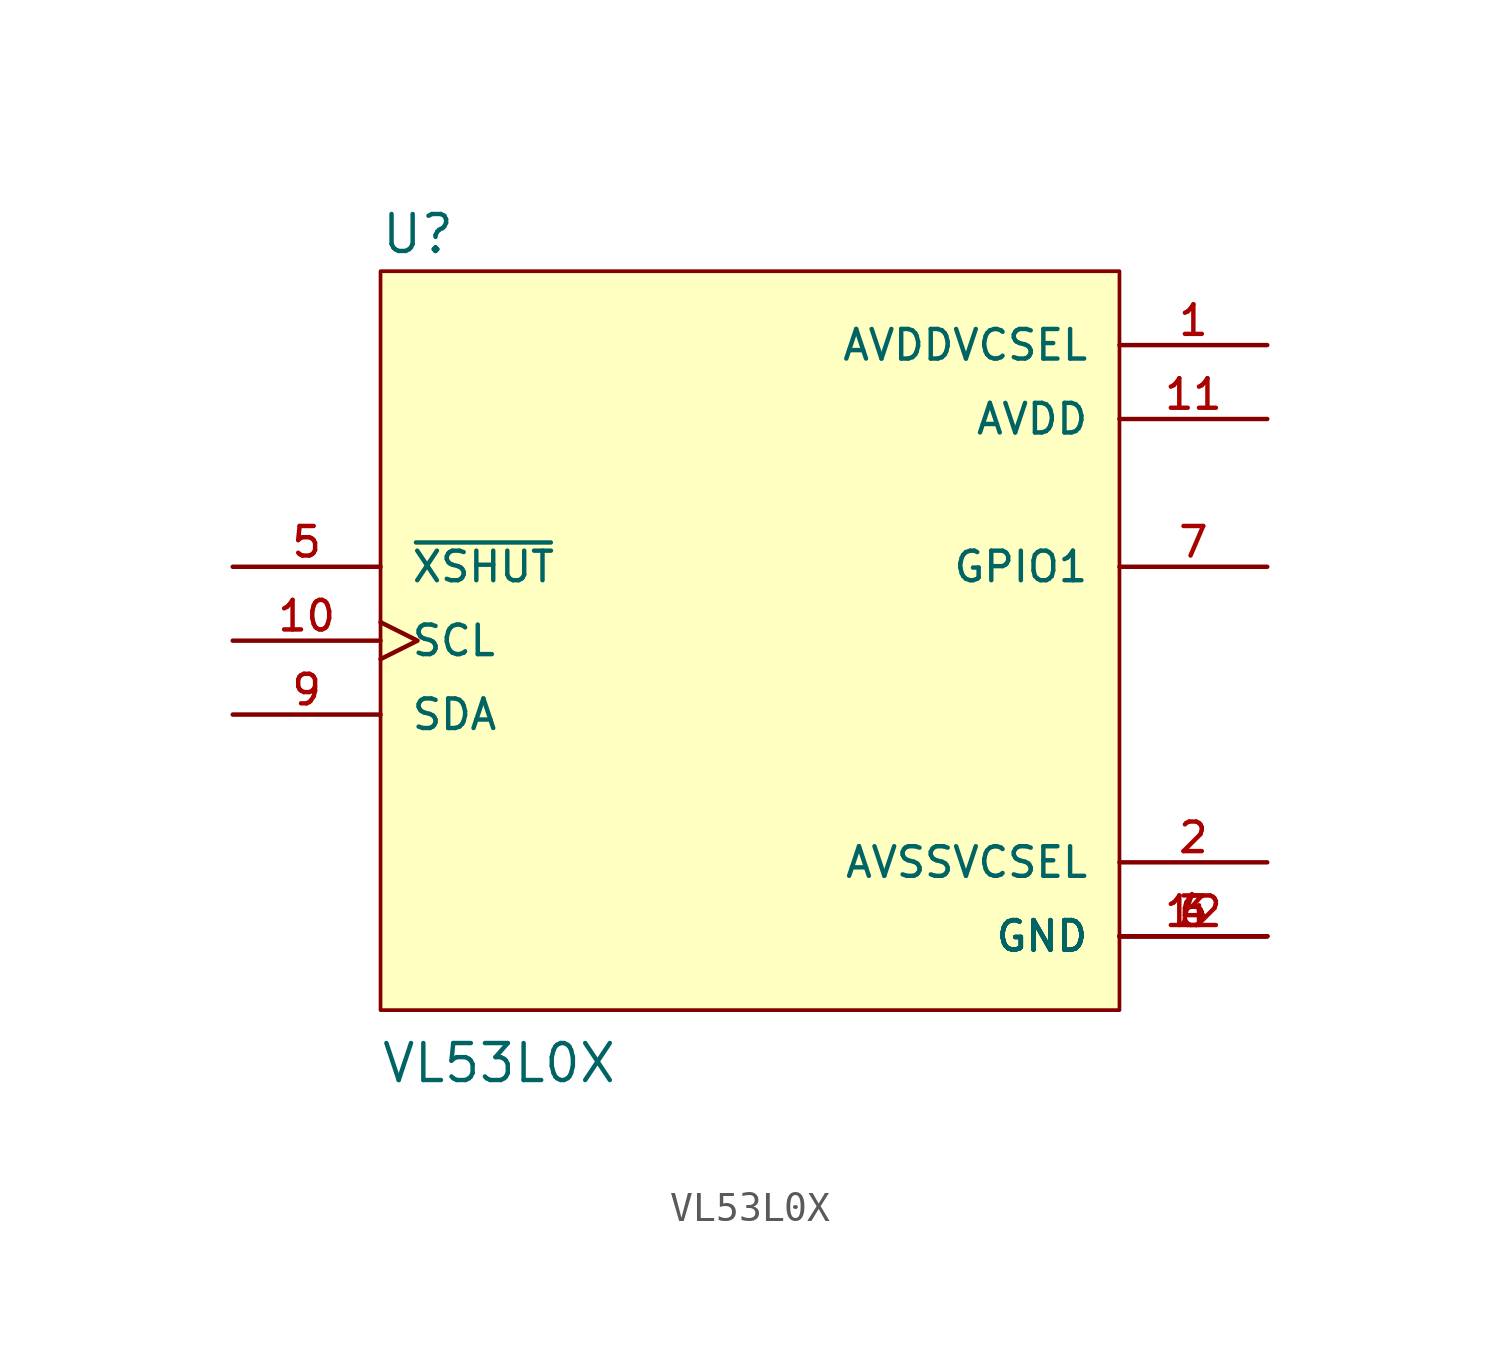
<source format=kicad_sym>
(kicad_symbol_lib
  (version 20211014)
  (generator kicad_symbol_editor)
  (symbol "VL53L0X"
    (pin_names
      (offset 1.016))
    (property "Reference" "U"
      (at -12.724 13.233 0)
      (effects (font (size 1.27 1.27)) (justify left bottom)))
    (property "Value" "VL53L0X"
      (at -12.72 -15.265 0)
      (effects (font (size 1.27 1.27)) (justify left bottom)))
    (symbol "VL53L0X_0_0"
      (rectangle (start -12.7 -12.7) (end 12.7 12.7) (stroke (width 0.127) (type default) (color 0 0 0 0)) (fill (type background)))
      (pin power_in line (at 17.78 10.16 180) (length 5.08) (name "AVDDVCSEL" (effects (font (size 1.016 1.016)))) (number "1" (effects (font (size 1.016 1.016)))))
      (pin input clock (at -17.78 0 0) (length 5.08) (name "SCL" (effects (font (size 1.016 1.016)))) (number "10" (effects (font (size 1.016 1.016)))))
      (pin power_in line (at 17.78 7.62 180) (length 5.08) (name "AVDD" (effects (font (size 1.016 1.016)))) (number "11" (effects (font (size 1.016 1.016)))))
      (pin power_in line (at 17.78 -10.16 180) (length 5.08) (name "GND" (effects (font (size 1.016 1.016)))) (number "12" (effects (font (size 1.016 1.016)))))
      (pin power_in line (at 17.78 -7.62 180) (length 5.08) (name "AVSSVCSEL" (effects (font (size 1.016 1.016)))) (number "2" (effects (font (size 1.016 1.016)))))
      (pin power_in line (at 17.78 -10.16 180) (length 5.08) (name "GND" (effects (font (size 1.016 1.016)))) (number "3" (effects (font (size 1.016 1.016)))))
      (pin power_in line (at 17.78 -10.16 180) (length 5.08) (name "GND" (effects (font (size 1.016 1.016)))) (number "4" (effects (font (size 1.016 1.016)))))
      (pin input line (at -17.78 2.54 0) (length 5.08) (name "~{XSHUT}" (effects (font (size 1.016 1.016)))) (number "5" (effects (font (size 1.016 1.016)))))
      (pin power_in line (at 17.78 -10.16 180) (length 5.08) (name "GND" (effects (font (size 1.016 1.016)))) (number "6" (effects (font (size 1.016 1.016)))))
      (pin output line (at 17.78 2.54 180) (length 5.08) (name "GPIO1" (effects (font (size 1.016 1.016)))) (number "7" (effects (font (size 1.016 1.016)))))
      (pin bidirectional line (at -17.78 -2.54 0) (length 5.08) (name "SDA" (effects (font (size 1.016 1.016)))) (number "9" (effects (font (size 1.016 1.016))))))))
</source>
